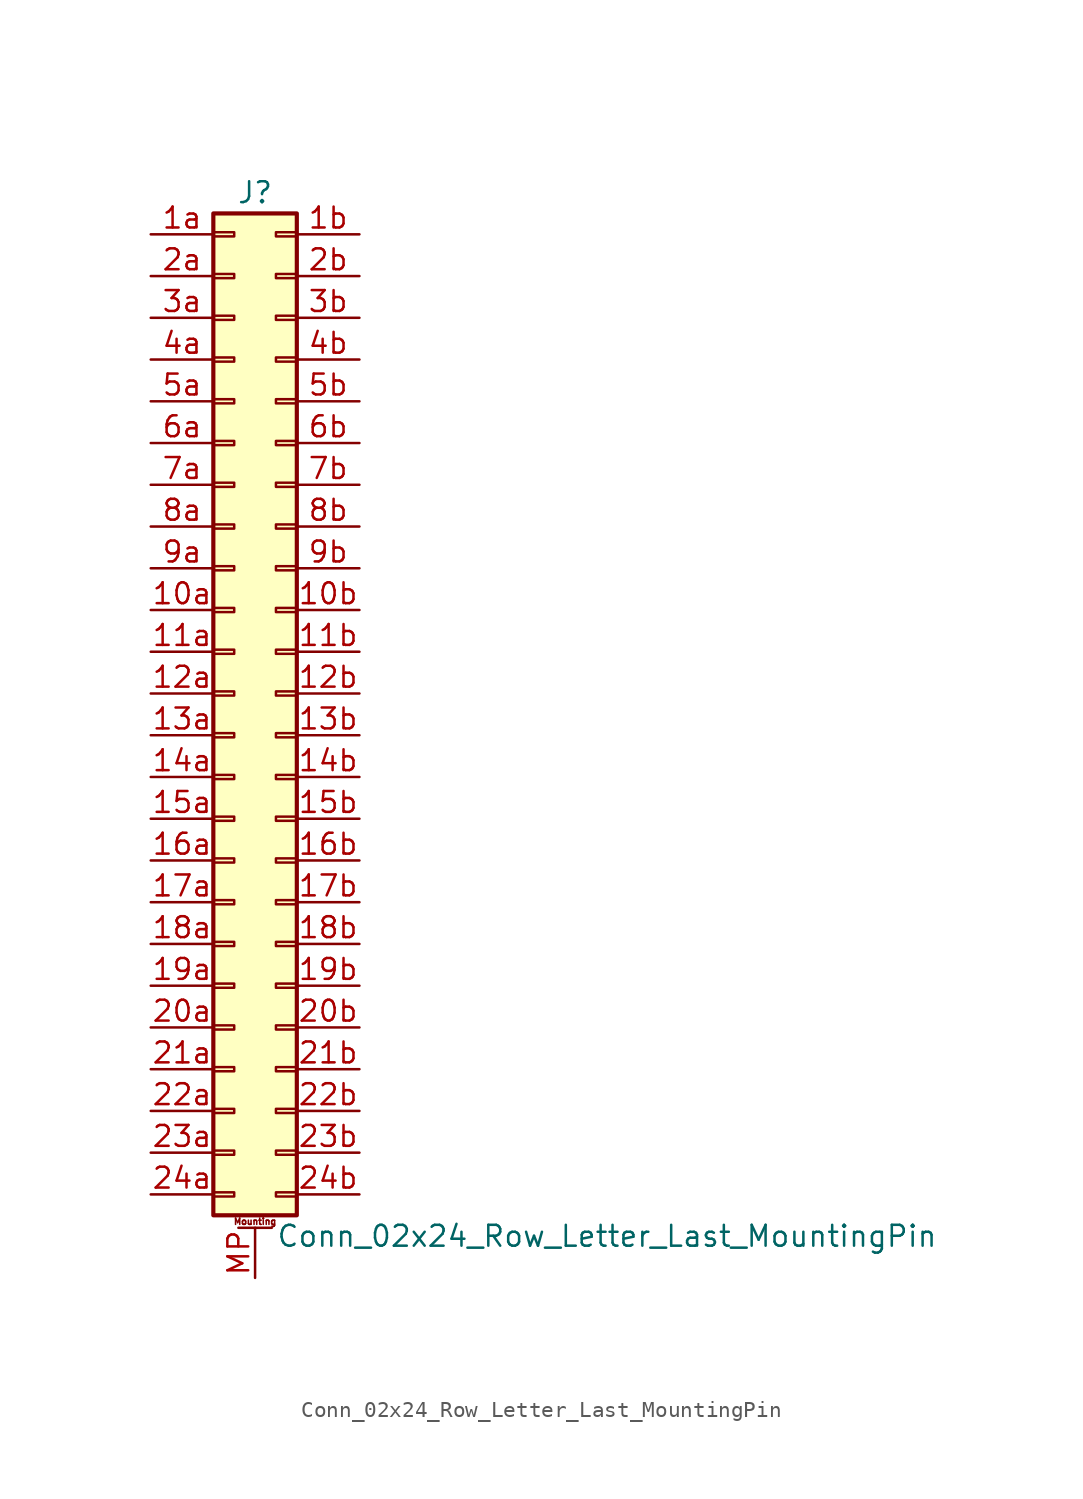
<source format=kicad_sym>
(kicad_symbol_lib
  (version 20201005)
  (generator kicad_symbol_editor)
  (symbol "Connector_Generic_MountingPin:Conn_02x24_Row_Letter_Last_MountingPin"
    (pin_names
      (offset 1.016) hide)
    (property "Reference" "J"
      (at 1.27 30.48 0)
      (effects (font (size 1.27 1.27))))
    (property "Value" "Conn_02x24_Row_Letter_Last_MountingPin"
      (at 2.54 -33.02 0)
      (effects (font (size 1.27 1.27)) (justify left)))
    (symbol "Conn_02x24_Row_Letter_Last_MountingPin_1_1"
      (text "Mounting" (at 1.27 -32.131 0) (effects (font (size 0.381 0.381))))
      (rectangle (start -1.27 -27.813) (end 0 -28.067) (stroke (width 0.152)) (fill (type none)))
      (rectangle (start -1.27 -30.353) (end 0 -30.607) (stroke (width 0.152)) (fill (type none)))
      (rectangle (start -1.27 -4.953) (end 0 -5.207) (stroke (width 0.152)) (fill (type none)))
      (rectangle (start -1.27 -7.493) (end 0 -7.747) (stroke (width 0.152)) (fill (type none)))
      (rectangle (start -1.27 -10.033) (end 0 -10.287) (stroke (width 0.152)) (fill (type none)))
      (rectangle (start -1.27 -12.573) (end 0 -12.827) (stroke (width 0.152)) (fill (type none)))
      (rectangle (start -1.27 -15.113) (end 0 -15.367) (stroke (width 0.152)) (fill (type none)))
      (rectangle (start -1.27 -17.653) (end 0 -17.907) (stroke (width 0.152)) (fill (type none)))
      (rectangle (start -1.27 -20.193) (end 0 -20.447) (stroke (width 0.152)) (fill (type none)))
      (rectangle (start -1.27 -22.733) (end 0 -22.987) (stroke (width 0.152)) (fill (type none)))
      (rectangle (start -1.27 -2.413) (end 0 -2.667) (stroke (width 0.152)) (fill (type none)))
      (rectangle (start -1.27 -25.273) (end 0 -25.527) (stroke (width 0.152)) (fill (type none)))
      (rectangle (start -1.27 25.527) (end 0 25.273) (stroke (width 0.152)) (fill (type none)))
      (rectangle (start -1.27 2.667) (end 0 2.413) (stroke (width 0.152)) (fill (type none)))
      (rectangle (start -1.27 28.067) (end 0 27.813) (stroke (width 0.152)) (fill (type none)))
      (rectangle (start -1.27 29.21) (end 3.81 -31.75) (stroke (width 0.254)) (fill (type background)))
      (rectangle (start -1.27 5.207) (end 0 4.953) (stroke (width 0.152)) (fill (type none)))
      (rectangle (start -1.27 7.747) (end 0 7.493) (stroke (width 0.152)) (fill (type none)))
      (rectangle (start -1.27 10.287) (end 0 10.033) (stroke (width 0.152)) (fill (type none)))
      (rectangle (start -1.27 0.127) (end 0 -0.127) (stroke (width 0.152)) (fill (type none)))
      (rectangle (start -1.27 12.827) (end 0 12.573) (stroke (width 0.152)) (fill (type none)))
      (rectangle (start -1.27 15.367) (end 0 15.113) (stroke (width 0.152)) (fill (type none)))
      (rectangle (start -1.27 17.907) (end 0 17.653) (stroke (width 0.152)) (fill (type none)))
      (rectangle (start -1.27 20.447) (end 0 20.193) (stroke (width 0.152)) (fill (type none)))
      (rectangle (start -1.27 22.987) (end 0 22.733) (stroke (width 0.152)) (fill (type none)))
      (rectangle (start 3.81 -27.813) (end 2.54 -28.067) (stroke (width 0.152)) (fill (type none)))
      (rectangle (start 3.81 -30.353) (end 2.54 -30.607) (stroke (width 0.152)) (fill (type none)))
      (rectangle (start 3.81 -4.953) (end 2.54 -5.207) (stroke (width 0.152)) (fill (type none)))
      (rectangle (start 3.81 -7.493) (end 2.54 -7.747) (stroke (width 0.152)) (fill (type none)))
      (rectangle (start 3.81 -10.033) (end 2.54 -10.287) (stroke (width 0.152)) (fill (type none)))
      (rectangle (start 3.81 -12.573) (end 2.54 -12.827) (stroke (width 0.152)) (fill (type none)))
      (rectangle (start 3.81 -15.113) (end 2.54 -15.367) (stroke (width 0.152)) (fill (type none)))
      (rectangle (start 3.81 -17.653) (end 2.54 -17.907) (stroke (width 0.152)) (fill (type none)))
      (rectangle (start 3.81 -20.193) (end 2.54 -20.447) (stroke (width 0.152)) (fill (type none)))
      (rectangle (start 3.81 -22.733) (end 2.54 -22.987) (stroke (width 0.152)) (fill (type none)))
      (rectangle (start 3.81 -2.413) (end 2.54 -2.667) (stroke (width 0.152)) (fill (type none)))
      (rectangle (start 3.81 -25.273) (end 2.54 -25.527) (stroke (width 0.152)) (fill (type none)))
      (rectangle (start 3.81 25.527) (end 2.54 25.273) (stroke (width 0.152)) (fill (type none)))
      (rectangle (start 3.81 2.667) (end 2.54 2.413) (stroke (width 0.152)) (fill (type none)))
      (rectangle (start 3.81 28.067) (end 2.54 27.813) (stroke (width 0.152)) (fill (type none)))
      (rectangle (start 3.81 5.207) (end 2.54 4.953) (stroke (width 0.152)) (fill (type none)))
      (rectangle (start 3.81 7.747) (end 2.54 7.493) (stroke (width 0.152)) (fill (type none)))
      (rectangle (start 3.81 10.287) (end 2.54 10.033) (stroke (width 0.152)) (fill (type none)))
      (rectangle (start 3.81 0.127) (end 2.54 -0.127) (stroke (width 0.152)) (fill (type none)))
      (rectangle (start 3.81 12.827) (end 2.54 12.573) (stroke (width 0.152)) (fill (type none)))
      (rectangle (start 3.81 15.367) (end 2.54 15.113) (stroke (width 0.152)) (fill (type none)))
      (rectangle (start 3.81 17.907) (end 2.54 17.653) (stroke (width 0.152)) (fill (type none)))
      (rectangle (start 3.81 20.447) (end 2.54 20.193) (stroke (width 0.152)) (fill (type none)))
      (rectangle (start 3.81 22.987) (end 2.54 22.733) (stroke (width 0.152)) (fill (type none)))
      (polyline (pts (xy 0.254 -32.512) (xy 2.286 -32.512)) (stroke (width 0.152)) (fill (type none)))
      (pin passive line (at 1.27 -35.56 90) (length 3.048) (name "MountPin" (effects (font (size 1.27 1.27)))) (number "MP" (effects (font (size 1.27 1.27)))))
      (pin passive line (at -5.08 5.08 0) (length 3.81) (name "Pin_10a" (effects (font (size 1.27 1.27)))) (number "10a" (effects (font (size 1.27 1.27)))))
      (pin passive line (at 7.62 5.08 180) (length 3.81) (name "Pin_10b" (effects (font (size 1.27 1.27)))) (number "10b" (effects (font (size 1.27 1.27)))))
      (pin passive line (at -5.08 2.54 0) (length 3.81) (name "Pin_11a" (effects (font (size 1.27 1.27)))) (number "11a" (effects (font (size 1.27 1.27)))))
      (pin passive line (at 7.62 2.54 180) (length 3.81) (name "Pin_11b" (effects (font (size 1.27 1.27)))) (number "11b" (effects (font (size 1.27 1.27)))))
      (pin passive line (at -5.08 0 0) (length 3.81) (name "Pin_12a" (effects (font (size 1.27 1.27)))) (number "12a" (effects (font (size 1.27 1.27)))))
      (pin passive line (at 7.62 0 180) (length 3.81) (name "Pin_12b" (effects (font (size 1.27 1.27)))) (number "12b" (effects (font (size 1.27 1.27)))))
      (pin passive line (at -5.08 -2.54 0) (length 3.81) (name "Pin_13a" (effects (font (size 1.27 1.27)))) (number "13a" (effects (font (size 1.27 1.27)))))
      (pin passive line (at 7.62 -2.54 180) (length 3.81) (name "Pin_13b" (effects (font (size 1.27 1.27)))) (number "13b" (effects (font (size 1.27 1.27)))))
      (pin passive line (at -5.08 -5.08 0) (length 3.81) (name "Pin_14a" (effects (font (size 1.27 1.27)))) (number "14a" (effects (font (size 1.27 1.27)))))
      (pin passive line (at 7.62 -5.08 180) (length 3.81) (name "Pin_14b" (effects (font (size 1.27 1.27)))) (number "14b" (effects (font (size 1.27 1.27)))))
      (pin passive line (at -5.08 -7.62 0) (length 3.81) (name "Pin_15a" (effects (font (size 1.27 1.27)))) (number "15a" (effects (font (size 1.27 1.27)))))
      (pin passive line (at 7.62 -7.62 180) (length 3.81) (name "Pin_15b" (effects (font (size 1.27 1.27)))) (number "15b" (effects (font (size 1.27 1.27)))))
      (pin passive line (at -5.08 -10.16 0) (length 3.81) (name "Pin_16a" (effects (font (size 1.27 1.27)))) (number "16a" (effects (font (size 1.27 1.27)))))
      (pin passive line (at 7.62 -10.16 180) (length 3.81) (name "Pin_16b" (effects (font (size 1.27 1.27)))) (number "16b" (effects (font (size 1.27 1.27)))))
      (pin passive line (at -5.08 -12.7 0) (length 3.81) (name "Pin_17a" (effects (font (size 1.27 1.27)))) (number "17a" (effects (font (size 1.27 1.27)))))
      (pin passive line (at 7.62 -12.7 180) (length 3.81) (name "Pin_17b" (effects (font (size 1.27 1.27)))) (number "17b" (effects (font (size 1.27 1.27)))))
      (pin passive line (at -5.08 -15.24 0) (length 3.81) (name "Pin_18a" (effects (font (size 1.27 1.27)))) (number "18a" (effects (font (size 1.27 1.27)))))
      (pin passive line (at 7.62 -15.24 180) (length 3.81) (name "Pin_18b" (effects (font (size 1.27 1.27)))) (number "18b" (effects (font (size 1.27 1.27)))))
      (pin passive line (at -5.08 -17.78 0) (length 3.81) (name "Pin_19a" (effects (font (size 1.27 1.27)))) (number "19a" (effects (font (size 1.27 1.27)))))
      (pin passive line (at 7.62 -17.78 180) (length 3.81) (name "Pin_19b" (effects (font (size 1.27 1.27)))) (number "19b" (effects (font (size 1.27 1.27)))))
      (pin passive line (at -5.08 27.94 0) (length 3.81) (name "Pin_1a" (effects (font (size 1.27 1.27)))) (number "1a" (effects (font (size 1.27 1.27)))))
      (pin passive line (at 7.62 27.94 180) (length 3.81) (name "Pin_1b" (effects (font (size 1.27 1.27)))) (number "1b" (effects (font (size 1.27 1.27)))))
      (pin passive line (at -5.08 -20.32 0) (length 3.81) (name "Pin_20a" (effects (font (size 1.27 1.27)))) (number "20a" (effects (font (size 1.27 1.27)))))
      (pin passive line (at 7.62 -20.32 180) (length 3.81) (name "Pin_20b" (effects (font (size 1.27 1.27)))) (number "20b" (effects (font (size 1.27 1.27)))))
      (pin passive line (at -5.08 -22.86 0) (length 3.81) (name "Pin_21a" (effects (font (size 1.27 1.27)))) (number "21a" (effects (font (size 1.27 1.27)))))
      (pin passive line (at 7.62 -22.86 180) (length 3.81) (name "Pin_21b" (effects (font (size 1.27 1.27)))) (number "21b" (effects (font (size 1.27 1.27)))))
      (pin passive line (at -5.08 -25.4 0) (length 3.81) (name "Pin_22a" (effects (font (size 1.27 1.27)))) (number "22a" (effects (font (size 1.27 1.27)))))
      (pin passive line (at 7.62 -25.4 180) (length 3.81) (name "Pin_22b" (effects (font (size 1.27 1.27)))) (number "22b" (effects (font (size 1.27 1.27)))))
      (pin passive line (at -5.08 -27.94 0) (length 3.81) (name "Pin_23a" (effects (font (size 1.27 1.27)))) (number "23a" (effects (font (size 1.27 1.27)))))
      (pin passive line (at 7.62 -27.94 180) (length 3.81) (name "Pin_23b" (effects (font (size 1.27 1.27)))) (number "23b" (effects (font (size 1.27 1.27)))))
      (pin passive line (at -5.08 -30.48 0) (length 3.81) (name "Pin_24a" (effects (font (size 1.27 1.27)))) (number "24a" (effects (font (size 1.27 1.27)))))
      (pin passive line (at 7.62 -30.48 180) (length 3.81) (name "Pin_24b" (effects (font (size 1.27 1.27)))) (number "24b" (effects (font (size 1.27 1.27)))))
      (pin passive line (at -5.08 25.4 0) (length 3.81) (name "Pin_2a" (effects (font (size 1.27 1.27)))) (number "2a" (effects (font (size 1.27 1.27)))))
      (pin passive line (at 7.62 25.4 180) (length 3.81) (name "Pin_2b" (effects (font (size 1.27 1.27)))) (number "2b" (effects (font (size 1.27 1.27)))))
      (pin passive line (at -5.08 22.86 0) (length 3.81) (name "Pin_3a" (effects (font (size 1.27 1.27)))) (number "3a" (effects (font (size 1.27 1.27)))))
      (pin passive line (at 7.62 22.86 180) (length 3.81) (name "Pin_3b" (effects (font (size 1.27 1.27)))) (number "3b" (effects (font (size 1.27 1.27)))))
      (pin passive line (at -5.08 20.32 0) (length 3.81) (name "Pin_4a" (effects (font (size 1.27 1.27)))) (number "4a" (effects (font (size 1.27 1.27)))))
      (pin passive line (at 7.62 20.32 180) (length 3.81) (name "Pin_4b" (effects (font (size 1.27 1.27)))) (number "4b" (effects (font (size 1.27 1.27)))))
      (pin passive line (at -5.08 17.78 0) (length 3.81) (name "Pin_5a" (effects (font (size 1.27 1.27)))) (number "5a" (effects (font (size 1.27 1.27)))))
      (pin passive line (at 7.62 17.78 180) (length 3.81) (name "Pin_5b" (effects (font (size 1.27 1.27)))) (number "5b" (effects (font (size 1.27 1.27)))))
      (pin passive line (at -5.08 15.24 0) (length 3.81) (name "Pin_6a" (effects (font (size 1.27 1.27)))) (number "6a" (effects (font (size 1.27 1.27)))))
      (pin passive line (at 7.62 15.24 180) (length 3.81) (name "Pin_6b" (effects (font (size 1.27 1.27)))) (number "6b" (effects (font (size 1.27 1.27)))))
      (pin passive line (at -5.08 12.7 0) (length 3.81) (name "Pin_7a" (effects (font (size 1.27 1.27)))) (number "7a" (effects (font (size 1.27 1.27)))))
      (pin passive line (at 7.62 12.7 180) (length 3.81) (name "Pin_7b" (effects (font (size 1.27 1.27)))) (number "7b" (effects (font (size 1.27 1.27)))))
      (pin passive line (at -5.08 10.16 0) (length 3.81) (name "Pin_8a" (effects (font (size 1.27 1.27)))) (number "8a" (effects (font (size 1.27 1.27)))))
      (pin passive line (at 7.62 10.16 180) (length 3.81) (name "Pin_8b" (effects (font (size 1.27 1.27)))) (number "8b" (effects (font (size 1.27 1.27)))))
      (pin passive line (at -5.08 7.62 0) (length 3.81) (name "Pin_9a" (effects (font (size 1.27 1.27)))) (number "9a" (effects (font (size 1.27 1.27)))))
      (pin passive line (at 7.62 7.62 180) (length 3.81) (name "Pin_9b" (effects (font (size 1.27 1.27)))) (number "9b" (effects (font (size 1.27 1.27))))))))
</source>
